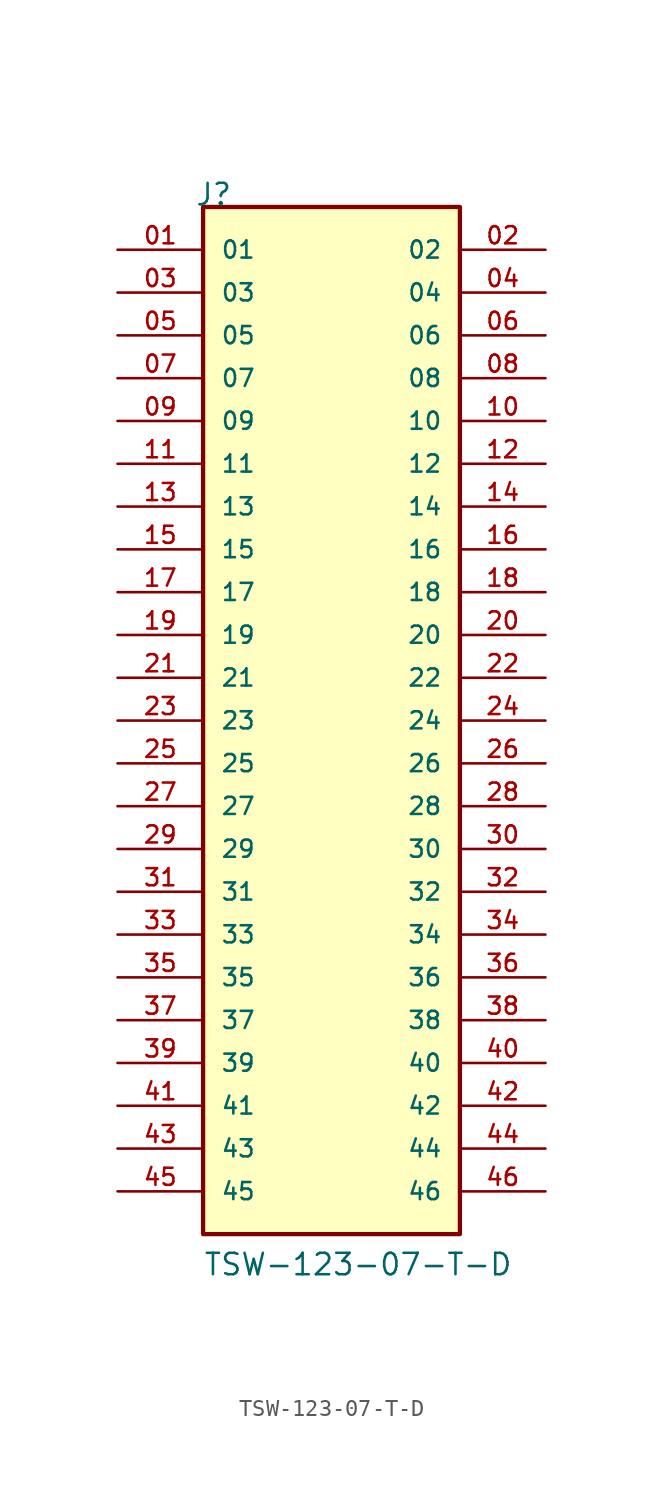
<source format=kicad_sym>
(kicad_symbol_lib
  (version 20211014)
  (generator kicad_symbol_editor)
  (symbol "TSW-123-07-T-D"
    (pin_names
      (offset 1.016))
    (property "Reference" "J"
      (at -8.12 30.48 0)
      (effects (font (size 1.27 1.27)) (justify bottom left)))
    (property "Value" "TSW-123-07-T-D"
      (at -7.62 -33.02 0)
      (effects (font (size 1.27 1.27)) (justify bottom left)))
    (symbol "TSW-123-07-T-D_0_0"
      (rectangle (start -7.62 -30.48) (end 7.62 30.48) (stroke (width 0.254)) (fill (type background)))
      (pin passive line (at -12.7 27.94 0) (length 5.08) (name "01" (effects (font (size 1.016 1.016)))) (number "01" (effects (font (size 1.016 1.016)))))
      (pin passive line (at 12.7 27.94 180.0) (length 5.08) (name "02" (effects (font (size 1.016 1.016)))) (number "02" (effects (font (size 1.016 1.016)))))
      (pin passive line (at -12.7 25.4 0) (length 5.08) (name "03" (effects (font (size 1.016 1.016)))) (number "03" (effects (font (size 1.016 1.016)))))
      (pin passive line (at 12.7 25.4 180.0) (length 5.08) (name "04" (effects (font (size 1.016 1.016)))) (number "04" (effects (font (size 1.016 1.016)))))
      (pin passive line (at -12.7 22.86 0) (length 5.08) (name "05" (effects (font (size 1.016 1.016)))) (number "05" (effects (font (size 1.016 1.016)))))
      (pin passive line (at 12.7 22.86 180.0) (length 5.08) (name "06" (effects (font (size 1.016 1.016)))) (number "06" (effects (font (size 1.016 1.016)))))
      (pin passive line (at -12.7 20.32 0) (length 5.08) (name "07" (effects (font (size 1.016 1.016)))) (number "07" (effects (font (size 1.016 1.016)))))
      (pin passive line (at 12.7 20.32 180.0) (length 5.08) (name "08" (effects (font (size 1.016 1.016)))) (number "08" (effects (font (size 1.016 1.016)))))
      (pin passive line (at -12.7 17.78 0) (length 5.08) (name "09" (effects (font (size 1.016 1.016)))) (number "09" (effects (font (size 1.016 1.016)))))
      (pin passive line (at 12.7 17.78 180.0) (length 5.08) (name "10" (effects (font (size 1.016 1.016)))) (number "10" (effects (font (size 1.016 1.016)))))
      (pin passive line (at -12.7 15.24 0) (length 5.08) (name "11" (effects (font (size 1.016 1.016)))) (number "11" (effects (font (size 1.016 1.016)))))
      (pin passive line (at 12.7 15.24 180.0) (length 5.08) (name "12" (effects (font (size 1.016 1.016)))) (number "12" (effects (font (size 1.016 1.016)))))
      (pin passive line (at -12.7 12.7 0) (length 5.08) (name "13" (effects (font (size 1.016 1.016)))) (number "13" (effects (font (size 1.016 1.016)))))
      (pin passive line (at 12.7 12.7 180.0) (length 5.08) (name "14" (effects (font (size 1.016 1.016)))) (number "14" (effects (font (size 1.016 1.016)))))
      (pin passive line (at -12.7 10.16 0) (length 5.08) (name "15" (effects (font (size 1.016 1.016)))) (number "15" (effects (font (size 1.016 1.016)))))
      (pin passive line (at 12.7 10.16 180.0) (length 5.08) (name "16" (effects (font (size 1.016 1.016)))) (number "16" (effects (font (size 1.016 1.016)))))
      (pin passive line (at -12.7 7.62 0) (length 5.08) (name "17" (effects (font (size 1.016 1.016)))) (number "17" (effects (font (size 1.016 1.016)))))
      (pin passive line (at 12.7 7.62 180.0) (length 5.08) (name "18" (effects (font (size 1.016 1.016)))) (number "18" (effects (font (size 1.016 1.016)))))
      (pin passive line (at -12.7 5.08 0) (length 5.08) (name "19" (effects (font (size 1.016 1.016)))) (number "19" (effects (font (size 1.016 1.016)))))
      (pin passive line (at 12.7 5.08 180.0) (length 5.08) (name "20" (effects (font (size 1.016 1.016)))) (number "20" (effects (font (size 1.016 1.016)))))
      (pin passive line (at -12.7 2.54 0) (length 5.08) (name "21" (effects (font (size 1.016 1.016)))) (number "21" (effects (font (size 1.016 1.016)))))
      (pin passive line (at 12.7 2.54 180.0) (length 5.08) (name "22" (effects (font (size 1.016 1.016)))) (number "22" (effects (font (size 1.016 1.016)))))
      (pin passive line (at -12.7 0.0 0) (length 5.08) (name "23" (effects (font (size 1.016 1.016)))) (number "23" (effects (font (size 1.016 1.016)))))
      (pin passive line (at 12.7 0.0 180.0) (length 5.08) (name "24" (effects (font (size 1.016 1.016)))) (number "24" (effects (font (size 1.016 1.016)))))
      (pin passive line (at -12.7 -2.54 0) (length 5.08) (name "25" (effects (font (size 1.016 1.016)))) (number "25" (effects (font (size 1.016 1.016)))))
      (pin passive line (at 12.7 -2.54 180.0) (length 5.08) (name "26" (effects (font (size 1.016 1.016)))) (number "26" (effects (font (size 1.016 1.016)))))
      (pin passive line (at -12.7 -5.08 0) (length 5.08) (name "27" (effects (font (size 1.016 1.016)))) (number "27" (effects (font (size 1.016 1.016)))))
      (pin passive line (at 12.7 -5.08 180.0) (length 5.08) (name "28" (effects (font (size 1.016 1.016)))) (number "28" (effects (font (size 1.016 1.016)))))
      (pin passive line (at -12.7 -7.62 0) (length 5.08) (name "29" (effects (font (size 1.016 1.016)))) (number "29" (effects (font (size 1.016 1.016)))))
      (pin passive line (at 12.7 -7.62 180.0) (length 5.08) (name "30" (effects (font (size 1.016 1.016)))) (number "30" (effects (font (size 1.016 1.016)))))
      (pin passive line (at -12.7 -10.16 0) (length 5.08) (name "31" (effects (font (size 1.016 1.016)))) (number "31" (effects (font (size 1.016 1.016)))))
      (pin passive line (at 12.7 -10.16 180.0) (length 5.08) (name "32" (effects (font (size 1.016 1.016)))) (number "32" (effects (font (size 1.016 1.016)))))
      (pin passive line (at -12.7 -12.7 0) (length 5.08) (name "33" (effects (font (size 1.016 1.016)))) (number "33" (effects (font (size 1.016 1.016)))))
      (pin passive line (at 12.7 -12.7 180.0) (length 5.08) (name "34" (effects (font (size 1.016 1.016)))) (number "34" (effects (font (size 1.016 1.016)))))
      (pin passive line (at -12.7 -15.24 0) (length 5.08) (name "35" (effects (font (size 1.016 1.016)))) (number "35" (effects (font (size 1.016 1.016)))))
      (pin passive line (at 12.7 -15.24 180.0) (length 5.08) (name "36" (effects (font (size 1.016 1.016)))) (number "36" (effects (font (size 1.016 1.016)))))
      (pin passive line (at -12.7 -17.78 0) (length 5.08) (name "37" (effects (font (size 1.016 1.016)))) (number "37" (effects (font (size 1.016 1.016)))))
      (pin passive line (at 12.7 -17.78 180.0) (length 5.08) (name "38" (effects (font (size 1.016 1.016)))) (number "38" (effects (font (size 1.016 1.016)))))
      (pin passive line (at -12.7 -20.32 0) (length 5.08) (name "39" (effects (font (size 1.016 1.016)))) (number "39" (effects (font (size 1.016 1.016)))))
      (pin passive line (at 12.7 -20.32 180.0) (length 5.08) (name "40" (effects (font (size 1.016 1.016)))) (number "40" (effects (font (size 1.016 1.016)))))
      (pin passive line (at -12.7 -22.86 0) (length 5.08) (name "41" (effects (font (size 1.016 1.016)))) (number "41" (effects (font (size 1.016 1.016)))))
      (pin passive line (at 12.7 -22.86 180.0) (length 5.08) (name "42" (effects (font (size 1.016 1.016)))) (number "42" (effects (font (size 1.016 1.016)))))
      (pin passive line (at -12.7 -25.4 0) (length 5.08) (name "43" (effects (font (size 1.016 1.016)))) (number "43" (effects (font (size 1.016 1.016)))))
      (pin passive line (at 12.7 -25.4 180.0) (length 5.08) (name "44" (effects (font (size 1.016 1.016)))) (number "44" (effects (font (size 1.016 1.016)))))
      (pin passive line (at -12.7 -27.94 0) (length 5.08) (name "45" (effects (font (size 1.016 1.016)))) (number "45" (effects (font (size 1.016 1.016)))))
      (pin passive line (at 12.7 -27.94 180.0) (length 5.08) (name "46" (effects (font (size 1.016 1.016)))) (number "46" (effects (font (size 1.016 1.016))))))))
</source>
